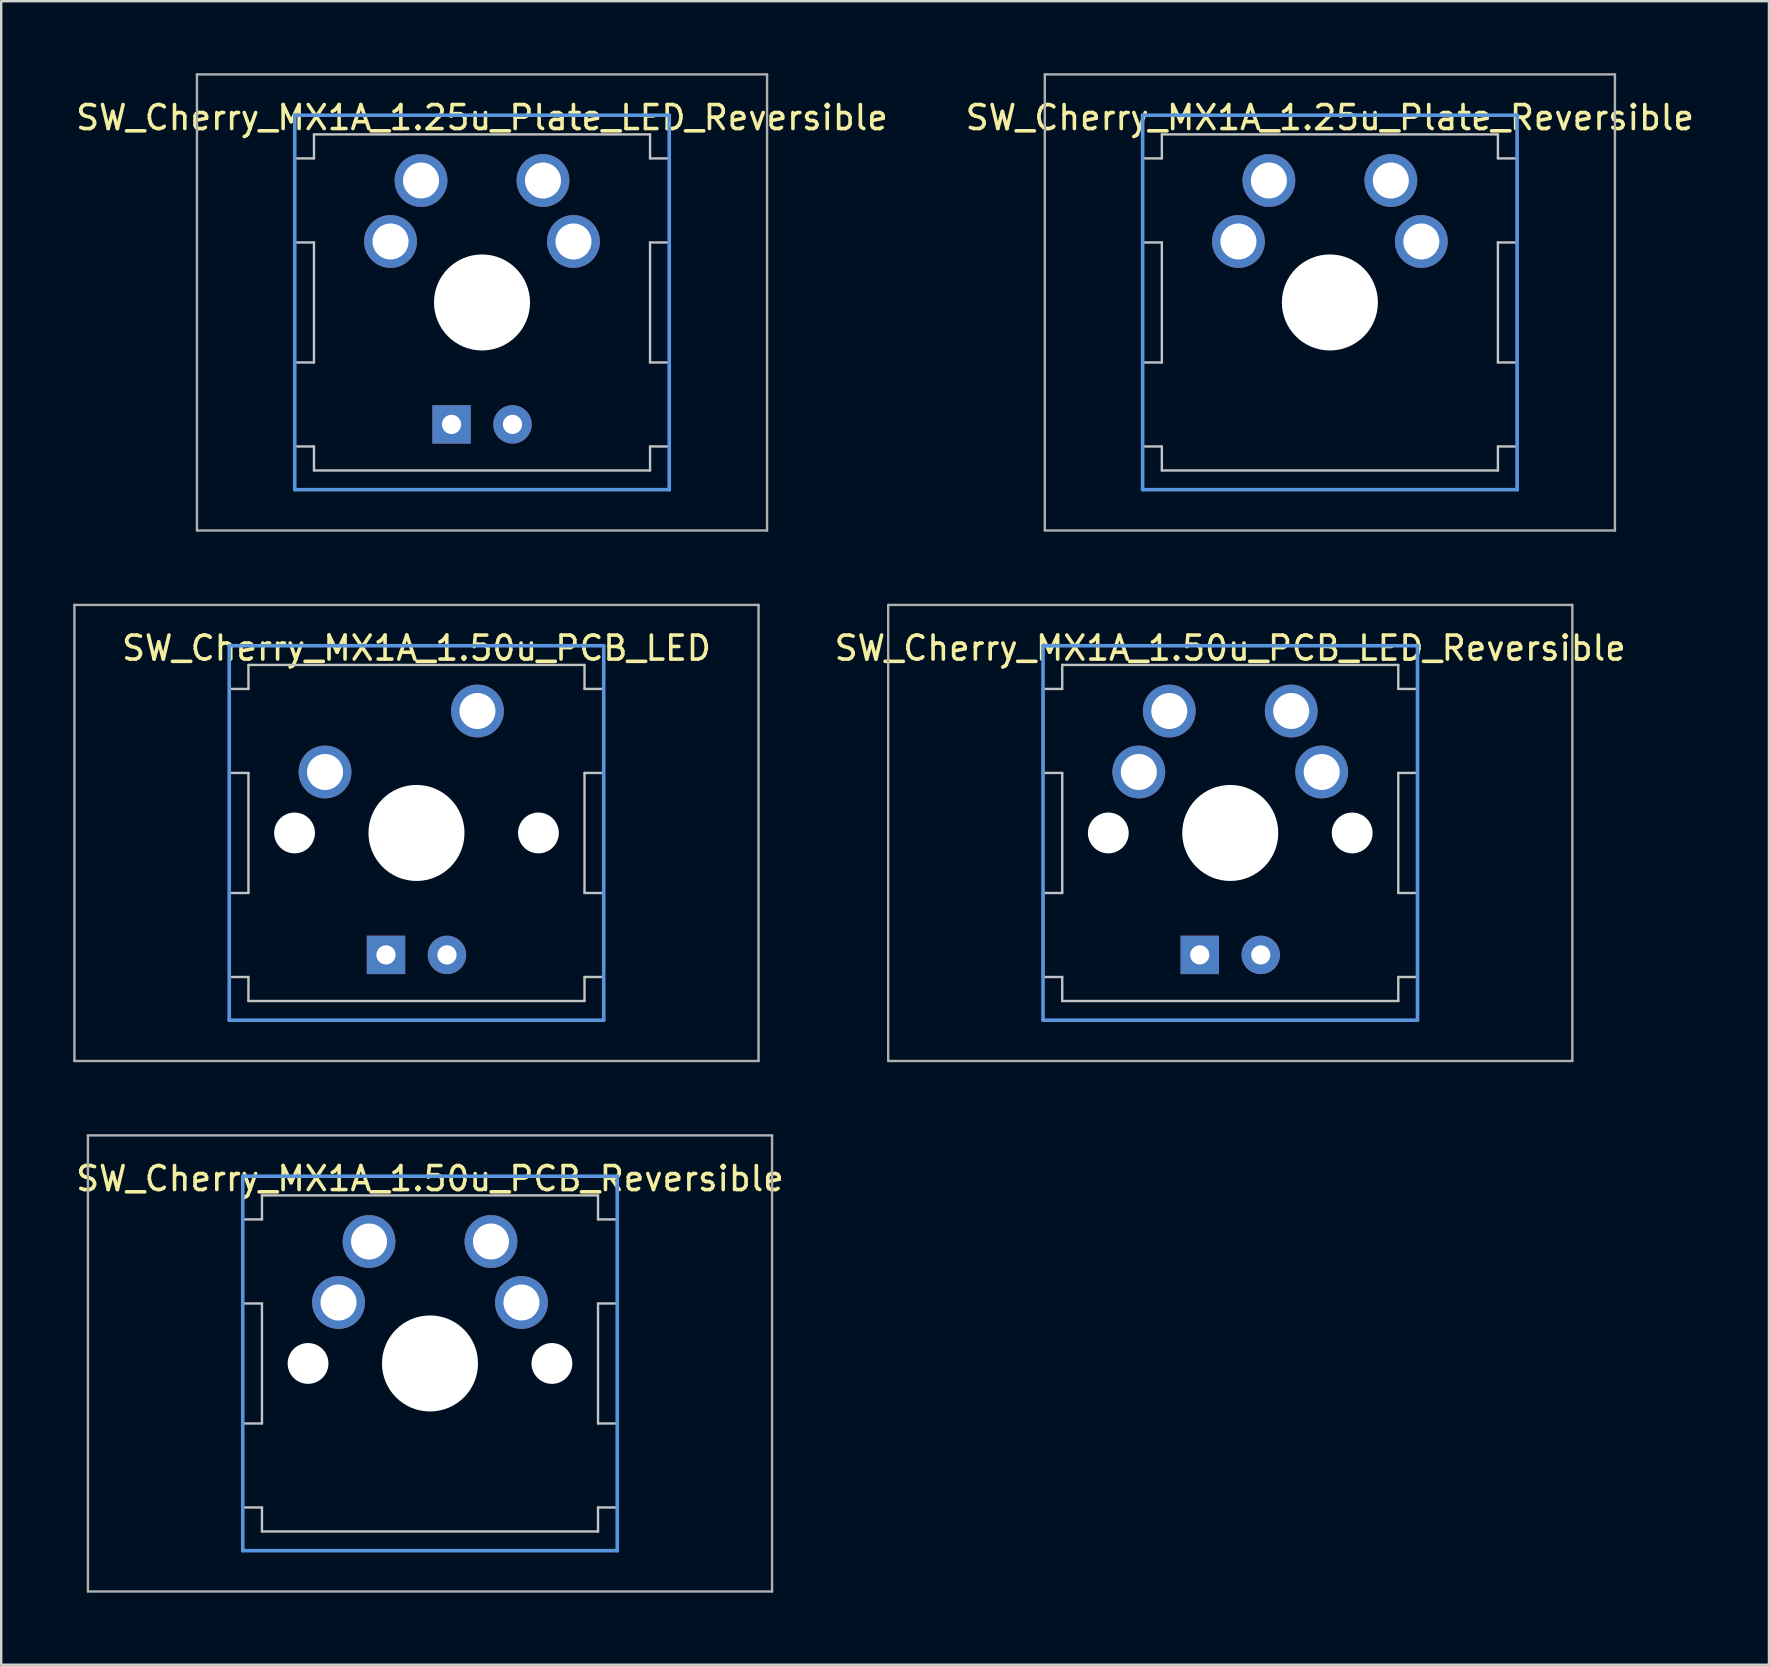
<source format=kicad_pcb>
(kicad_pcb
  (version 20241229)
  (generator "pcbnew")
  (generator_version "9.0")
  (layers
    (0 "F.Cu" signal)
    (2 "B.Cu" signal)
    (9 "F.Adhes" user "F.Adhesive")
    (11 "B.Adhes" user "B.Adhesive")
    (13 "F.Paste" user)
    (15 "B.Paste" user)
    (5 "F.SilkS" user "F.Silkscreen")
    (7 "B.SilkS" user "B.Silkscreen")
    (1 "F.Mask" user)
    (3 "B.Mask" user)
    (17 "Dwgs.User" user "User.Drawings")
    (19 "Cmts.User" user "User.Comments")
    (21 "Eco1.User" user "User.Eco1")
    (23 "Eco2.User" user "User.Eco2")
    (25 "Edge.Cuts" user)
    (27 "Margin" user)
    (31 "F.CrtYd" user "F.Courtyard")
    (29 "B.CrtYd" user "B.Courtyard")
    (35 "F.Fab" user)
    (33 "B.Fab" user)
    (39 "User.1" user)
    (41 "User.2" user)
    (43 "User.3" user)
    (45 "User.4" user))
  (footprint "SW_Cherry_MX1A_1.50u_PCB_LED"
    (layer "F.Cu")
    (at 14.3 31.65)
    (property "Reference" "SW_Cherry_MX1A_1.50u_PCB_LED" (at 0 -7.7 0) (layer "F.SilkS") (effects (font (size 1 1) (thickness 0.15))))
    (attr through_hole)
    (fp_line (start -7.8 -6) (end -7 -6) (stroke (width 0.1) (type solid)) (layer "Dwgs.User"))
    (fp_line (start -7.8 -2.5) (end -7.8 -6) (stroke (width 0.1) (type solid)) (layer "Dwgs.User"))
    (fp_line (start -7.8 -2.5) (end -7 -2.5) (stroke (width 0.1) (type solid)) (layer "Dwgs.User"))
    (fp_line (start -7.8 2.5) (end -7 2.5) (stroke (width 0.1) (type solid)) (layer "Dwgs.User"))
    (fp_line (start -7.8 6) (end -7.8 2.5) (stroke (width 0.1) (type solid)) (layer "Dwgs.User"))
    (fp_line (start -7.8 6) (end -7 6) (stroke (width 0.1) (type solid)) (layer "Dwgs.User"))
    (fp_line (start -7 -7) (end 7 -7) (stroke (width 0.1) (type solid)) (layer "Dwgs.User"))
    (fp_line (start -7 -6) (end -7 -7) (stroke (width 0.1) (type solid)) (layer "Dwgs.User"))
    (fp_line (start -7 -2.5) (end -7 2.5) (stroke (width 0.1) (type solid)) (layer "Dwgs.User"))
    (fp_line (start -7 7) (end -7 6) (stroke (width 0.1) (type solid)) (layer "Dwgs.User"))
    (fp_line (start -7 7) (end 7 7) (stroke (width 0.1) (type solid)) (layer "Dwgs.User"))
    (fp_line (start 7 -6) (end 7 -7) (stroke (width 0.1) (type solid)) (layer "Dwgs.User"))
    (fp_line (start 7 -6) (end 7.8 -6) (stroke (width 0.1) (type solid)) (layer "Dwgs.User"))
    (fp_line (start 7 -2.5) (end 7 2.5) (stroke (width 0.1) (type solid)) (layer "Dwgs.User"))
    (fp_line (start 7 -2.5) (end 7.8 -2.5) (stroke (width 0.1) (type solid)) (layer "Dwgs.User"))
    (fp_line (start 7 2.5) (end 7.8 2.5) (stroke (width 0.1) (type solid)) (layer "Dwgs.User"))
    (fp_line (start 7 6) (end 7.8 6) (stroke (width 0.1) (type solid)) (layer "Dwgs.User"))
    (fp_line (start 7 7) (end 7 6) (stroke (width 0.1) (type solid)) (layer "Dwgs.User"))
    (fp_line (start 7.8 -2.5) (end 7.8 -6) (stroke (width 0.1) (type solid)) (layer "Dwgs.User"))
    (fp_line (start 7.8 6) (end 7.8 2.5) (stroke (width 0.1) (type solid)) (layer "Dwgs.User"))
    (fp_line (start -7.8 -7.8) (end 7.8 -7.8) (stroke (width 0.15) (type solid)) (layer "Cmts.User"))
    (fp_line (start -7.8 7.8) (end -7.8 -7.8) (stroke (width 0.15) (type solid)) (layer "Cmts.User"))
    (fp_line (start 7.8 -7.8) (end 7.8 7.8) (stroke (width 0.15) (type solid)) (layer "Cmts.User"))
    (fp_line (start 7.8 7.8) (end -7.8 7.8) (stroke (width 0.15) (type solid)) (layer "Cmts.User"))
    (fp_line (start -14.25 -9.5) (end 14.25 -9.5) (stroke (width 0.1) (type solid)) (layer "F.Fab"))
    (fp_line (start -14.25 9.5) (end -14.25 -9.5) (stroke (width 0.1) (type solid)) (layer "F.Fab"))
    (fp_line (start 14.25 -9.5) (end 14.25 9.5) (stroke (width 0.1) (type solid)) (layer "F.Fab"))
    (fp_line (start 14.25 9.5) (end -14.25 9.5) (stroke (width 0.1) (type solid)) (layer "F.Fab"))
    (pad "" np_thru_hole circle (at -5.08 0) (size 1.7 1.7) (drill 1.7) (layers "*.Cu" "*.Mask"))
    (pad "" np_thru_hole circle (at 0 0) (size 4 4) (drill 4) (layers "*.Cu" "*.Mask"))
    (pad "" np_thru_hole circle (at 5.08 0) (size 1.7 1.7) (drill 1.7) (layers "*.Cu" "*.Mask"))
    (pad "1" thru_hole circle (at -3.81 -2.54) (size 2.2 2.2) (drill 1.5) (layers "*.Cu" "*.Mask"))
    (pad "2" thru_hole circle (at 2.54 -5.08) (size 2.2 2.2) (drill 1.5) (layers "*.Cu" "*.Mask"))
    (pad "3" thru_hole rect (at -1.27 5.08) (size 1.6 1.6) (drill 0.8) (layers "*.Cu" "*.Mask"))
    (pad "4" thru_hole circle (at 1.27 5.08) (size 1.6 1.6) (drill 0.8) (layers "*.Cu" "*.Mask")))
  (footprint "SW_Cherry_MX1A_1.25u_Plate_LED_Reversible"
    (layer "F.Cu")
    (at 17.03 9.55)
    (property "Reference" "SW_Cherry_MX1A_1.25u_Plate_LED_Reversible" (at 0 -7.7 0) (layer "F.SilkS") (effects (font (size 1 1) (thickness 0.15))))
    (attr through_hole)
    (fp_line (start -7.8 -6) (end -7 -6) (stroke (width 0.1) (type solid)) (layer "Dwgs.User"))
    (fp_line (start -7.8 -2.5) (end -7.8 -6) (stroke (width 0.1) (type solid)) (layer "Dwgs.User"))
    (fp_line (start -7.8 -2.5) (end -7 -2.5) (stroke (width 0.1) (type solid)) (layer "Dwgs.User"))
    (fp_line (start -7.8 2.5) (end -7 2.5) (stroke (width 0.1) (type solid)) (layer "Dwgs.User"))
    (fp_line (start -7.8 6) (end -7.8 2.5) (stroke (width 0.1) (type solid)) (layer "Dwgs.User"))
    (fp_line (start -7.8 6) (end -7 6) (stroke (width 0.1) (type solid)) (layer "Dwgs.User"))
    (fp_line (start -7 -7) (end 7 -7) (stroke (width 0.1) (type solid)) (layer "Dwgs.User"))
    (fp_line (start -7 -6) (end -7 -7) (stroke (width 0.1) (type solid)) (layer "Dwgs.User"))
    (fp_line (start -7 -2.5) (end -7 2.5) (stroke (width 0.1) (type solid)) (layer "Dwgs.User"))
    (fp_line (start -7 7) (end -7 6) (stroke (width 0.1) (type solid)) (layer "Dwgs.User"))
    (fp_line (start -7 7) (end 7 7) (stroke (width 0.1) (type solid)) (layer "Dwgs.User"))
    (fp_line (start 7 -6) (end 7 -7) (stroke (width 0.1) (type solid)) (layer "Dwgs.User"))
    (fp_line (start 7 -6) (end 7.8 -6) (stroke (width 0.1) (type solid)) (layer "Dwgs.User"))
    (fp_line (start 7 -2.5) (end 7 2.5) (stroke (width 0.1) (type solid)) (layer "Dwgs.User"))
    (fp_line (start 7 -2.5) (end 7.8 -2.5) (stroke (width 0.1) (type solid)) (layer "Dwgs.User"))
    (fp_line (start 7 2.5) (end 7.8 2.5) (stroke (width 0.1) (type solid)) (layer "Dwgs.User"))
    (fp_line (start 7 6) (end 7.8 6) (stroke (width 0.1) (type solid)) (layer "Dwgs.User"))
    (fp_line (start 7 7) (end 7 6) (stroke (width 0.1) (type solid)) (layer "Dwgs.User"))
    (fp_line (start 7.8 -2.5) (end 7.8 -6) (stroke (width 0.1) (type solid)) (layer "Dwgs.User"))
    (fp_line (start 7.8 6) (end 7.8 2.5) (stroke (width 0.1) (type solid)) (layer "Dwgs.User"))
    (fp_line (start -7.8 -7.8) (end 7.8 -7.8) (stroke (width 0.15) (type solid)) (layer "Cmts.User"))
    (fp_line (start -7.8 7.8) (end -7.8 -7.8) (stroke (width 0.15) (type solid)) (layer "Cmts.User"))
    (fp_line (start 7.8 -7.8) (end 7.8 7.8) (stroke (width 0.15) (type solid)) (layer "Cmts.User"))
    (fp_line (start 7.8 7.8) (end -7.8 7.8) (stroke (width 0.15) (type solid)) (layer "Cmts.User"))
    (fp_line (start -11.875 -9.5) (end 11.875 -9.5) (stroke (width 0.1) (type solid)) (layer "F.Fab"))
    (fp_line (start -11.875 9.5) (end -11.875 -9.5) (stroke (width 0.1) (type solid)) (layer "F.Fab"))
    (fp_line (start 11.875 -9.5) (end 11.875 9.5) (stroke (width 0.1) (type solid)) (layer "F.Fab"))
    (fp_line (start 11.875 9.5) (end -11.875 9.5) (stroke (width 0.1) (type solid)) (layer "F.Fab"))
    (pad "" np_thru_hole circle (at 0 0) (size 4 4) (drill 4) (layers "*.Cu" "*.Mask"))
    (pad "1" thru_hole circle (at -3.81 -2.54) (size 2.2 2.2) (drill 1.5) (layers "*.Cu" "*.Mask"))
    (pad "1" thru_hole circle (at -2.54 -5.08) (size 2.2 2.2) (drill 1.5) (layers "*.Cu" "*.Mask"))
    (pad "2" thru_hole circle (at 2.54 -5.08) (size 2.2 2.2) (drill 1.5) (layers "*.Cu" "*.Mask"))
    (pad "2" thru_hole circle (at 3.81 -2.54) (size 2.2 2.2) (drill 1.5) (layers "*.Cu" "*.Mask"))
    (pad "3" thru_hole rect (at -1.27 5.08) (size 1.6 1.6) (drill 0.8) (layers "*.Cu" "*.Mask"))
    (pad "4" thru_hole circle (at 1.27 5.08) (size 1.6 1.6) (drill 0.8) (layers "*.Cu" "*.Mask")))
  (footprint "SW_Cherry_MX1A_1.50u_PCB_LED_Reversible"
    (layer "F.Cu")
    (at 48.201 31.65)
    (property "Reference" "SW_Cherry_MX1A_1.50u_PCB_LED_Reversible" (at 0 -7.7 0) (layer "F.SilkS") (effects (font (size 1 1) (thickness 0.15))))
    (attr through_hole)
    (fp_line (start -7.8 -6) (end -7 -6) (stroke (width 0.1) (type solid)) (layer "Dwgs.User"))
    (fp_line (start -7.8 -2.5) (end -7.8 -6) (stroke (width 0.1) (type solid)) (layer "Dwgs.User"))
    (fp_line (start -7.8 -2.5) (end -7 -2.5) (stroke (width 0.1) (type solid)) (layer "Dwgs.User"))
    (fp_line (start -7.8 2.5) (end -7 2.5) (stroke (width 0.1) (type solid)) (layer "Dwgs.User"))
    (fp_line (start -7.8 6) (end -7.8 2.5) (stroke (width 0.1) (type solid)) (layer "Dwgs.User"))
    (fp_line (start -7.8 6) (end -7 6) (stroke (width 0.1) (type solid)) (layer "Dwgs.User"))
    (fp_line (start -7 -7) (end 7 -7) (stroke (width 0.1) (type solid)) (layer "Dwgs.User"))
    (fp_line (start -7 -6) (end -7 -7) (stroke (width 0.1) (type solid)) (layer "Dwgs.User"))
    (fp_line (start -7 -2.5) (end -7 2.5) (stroke (width 0.1) (type solid)) (layer "Dwgs.User"))
    (fp_line (start -7 7) (end -7 6) (stroke (width 0.1) (type solid)) (layer "Dwgs.User"))
    (fp_line (start -7 7) (end 7 7) (stroke (width 0.1) (type solid)) (layer "Dwgs.User"))
    (fp_line (start 7 -6) (end 7 -7) (stroke (width 0.1) (type solid)) (layer "Dwgs.User"))
    (fp_line (start 7 -6) (end 7.8 -6) (stroke (width 0.1) (type solid)) (layer "Dwgs.User"))
    (fp_line (start 7 -2.5) (end 7 2.5) (stroke (width 0.1) (type solid)) (layer "Dwgs.User"))
    (fp_line (start 7 -2.5) (end 7.8 -2.5) (stroke (width 0.1) (type solid)) (layer "Dwgs.User"))
    (fp_line (start 7 2.5) (end 7.8 2.5) (stroke (width 0.1) (type solid)) (layer "Dwgs.User"))
    (fp_line (start 7 6) (end 7.8 6) (stroke (width 0.1) (type solid)) (layer "Dwgs.User"))
    (fp_line (start 7 7) (end 7 6) (stroke (width 0.1) (type solid)) (layer "Dwgs.User"))
    (fp_line (start 7.8 -2.5) (end 7.8 -6) (stroke (width 0.1) (type solid)) (layer "Dwgs.User"))
    (fp_line (start 7.8 6) (end 7.8 2.5) (stroke (width 0.1) (type solid)) (layer "Dwgs.User"))
    (fp_line (start -7.8 -7.8) (end 7.8 -7.8) (stroke (width 0.15) (type solid)) (layer "Cmts.User"))
    (fp_line (start -7.8 7.8) (end -7.8 -7.8) (stroke (width 0.15) (type solid)) (layer "Cmts.User"))
    (fp_line (start 7.8 -7.8) (end 7.8 7.8) (stroke (width 0.15) (type solid)) (layer "Cmts.User"))
    (fp_line (start 7.8 7.8) (end -7.8 7.8) (stroke (width 0.15) (type solid)) (layer "Cmts.User"))
    (fp_line (start -14.25 -9.5) (end 14.25 -9.5) (stroke (width 0.1) (type solid)) (layer "F.Fab"))
    (fp_line (start -14.25 9.5) (end -14.25 -9.5) (stroke (width 0.1) (type solid)) (layer "F.Fab"))
    (fp_line (start 14.25 -9.5) (end 14.25 9.5) (stroke (width 0.1) (type solid)) (layer "F.Fab"))
    (fp_line (start 14.25 9.5) (end -14.25 9.5) (stroke (width 0.1) (type solid)) (layer "F.Fab"))
    (pad "" np_thru_hole circle (at -5.08 0) (size 1.7 1.7) (drill 1.7) (layers "*.Cu" "*.Mask"))
    (pad "" np_thru_hole circle (at 0 0) (size 4 4) (drill 4) (layers "*.Cu" "*.Mask"))
    (pad "" np_thru_hole circle (at 5.08 0) (size 1.7 1.7) (drill 1.7) (layers "*.Cu" "*.Mask"))
    (pad "1" thru_hole circle (at -3.81 -2.54) (size 2.2 2.2) (drill 1.5) (layers "*.Cu" "*.Mask"))
    (pad "1" thru_hole circle (at -2.54 -5.08) (size 2.2 2.2) (drill 1.5) (layers "*.Cu" "*.Mask"))
    (pad "2" thru_hole circle (at 2.54 -5.08) (size 2.2 2.2) (drill 1.5) (layers "*.Cu" "*.Mask"))
    (pad "2" thru_hole circle (at 3.81 -2.54) (size 2.2 2.2) (drill 1.5) (layers "*.Cu" "*.Mask"))
    (pad "3" thru_hole rect (at -1.27 5.08) (size 1.6 1.6) (drill 0.8) (layers "*.Cu" "*.Mask"))
    (pad "4" thru_hole circle (at 1.27 5.08) (size 1.6 1.6) (drill 0.8) (layers "*.Cu" "*.Mask")))
  (footprint "SW_Cherry_MX1A_1.50u_PCB_Reversible"
    (layer "F.Cu")
    (at 14.863 53.75)
    (property "Reference" "SW_Cherry_MX1A_1.50u_PCB_Reversible" (at 0 -7.7 0) (layer "F.SilkS") (effects (font (size 1 1) (thickness 0.15))))
    (attr through_hole)
    (fp_line (start -7.8 -6) (end -7 -6) (stroke (width 0.1) (type solid)) (layer "Dwgs.User"))
    (fp_line (start -7.8 -2.5) (end -7.8 -6) (stroke (width 0.1) (type solid)) (layer "Dwgs.User"))
    (fp_line (start -7.8 -2.5) (end -7 -2.5) (stroke (width 0.1) (type solid)) (layer "Dwgs.User"))
    (fp_line (start -7.8 2.5) (end -7 2.5) (stroke (width 0.1) (type solid)) (layer "Dwgs.User"))
    (fp_line (start -7.8 6) (end -7.8 2.5) (stroke (width 0.1) (type solid)) (layer "Dwgs.User"))
    (fp_line (start -7.8 6) (end -7 6) (stroke (width 0.1) (type solid)) (layer "Dwgs.User"))
    (fp_line (start -7 -7) (end 7 -7) (stroke (width 0.1) (type solid)) (layer "Dwgs.User"))
    (fp_line (start -7 -6) (end -7 -7) (stroke (width 0.1) (type solid)) (layer "Dwgs.User"))
    (fp_line (start -7 -2.5) (end -7 2.5) (stroke (width 0.1) (type solid)) (layer "Dwgs.User"))
    (fp_line (start -7 7) (end -7 6) (stroke (width 0.1) (type solid)) (layer "Dwgs.User"))
    (fp_line (start -7 7) (end 7 7) (stroke (width 0.1) (type solid)) (layer "Dwgs.User"))
    (fp_line (start 7 -6) (end 7 -7) (stroke (width 0.1) (type solid)) (layer "Dwgs.User"))
    (fp_line (start 7 -6) (end 7.8 -6) (stroke (width 0.1) (type solid)) (layer "Dwgs.User"))
    (fp_line (start 7 -2.5) (end 7 2.5) (stroke (width 0.1) (type solid)) (layer "Dwgs.User"))
    (fp_line (start 7 -2.5) (end 7.8 -2.5) (stroke (width 0.1) (type solid)) (layer "Dwgs.User"))
    (fp_line (start 7 2.5) (end 7.8 2.5) (stroke (width 0.1) (type solid)) (layer "Dwgs.User"))
    (fp_line (start 7 6) (end 7.8 6) (stroke (width 0.1) (type solid)) (layer "Dwgs.User"))
    (fp_line (start 7 7) (end 7 6) (stroke (width 0.1) (type solid)) (layer "Dwgs.User"))
    (fp_line (start 7.8 -2.5) (end 7.8 -6) (stroke (width 0.1) (type solid)) (layer "Dwgs.User"))
    (fp_line (start 7.8 6) (end 7.8 2.5) (stroke (width 0.1) (type solid)) (layer "Dwgs.User"))
    (fp_line (start -7.8 -7.8) (end 7.8 -7.8) (stroke (width 0.15) (type solid)) (layer "Cmts.User"))
    (fp_line (start -7.8 7.8) (end -7.8 -7.8) (stroke (width 0.15) (type solid)) (layer "Cmts.User"))
    (fp_line (start 7.8 -7.8) (end 7.8 7.8) (stroke (width 0.15) (type solid)) (layer "Cmts.User"))
    (fp_line (start 7.8 7.8) (end -7.8 7.8) (stroke (width 0.15) (type solid)) (layer "Cmts.User"))
    (fp_line (start -14.25 -9.5) (end 14.25 -9.5) (stroke (width 0.1) (type solid)) (layer "F.Fab"))
    (fp_line (start -14.25 9.5) (end -14.25 -9.5) (stroke (width 0.1) (type solid)) (layer "F.Fab"))
    (fp_line (start 14.25 -9.5) (end 14.25 9.5) (stroke (width 0.1) (type solid)) (layer "F.Fab"))
    (fp_line (start 14.25 9.5) (end -14.25 9.5) (stroke (width 0.1) (type solid)) (layer "F.Fab"))
    (pad "" np_thru_hole circle (at -5.08 0) (size 1.7 1.7) (drill 1.7) (layers "*.Cu" "*.Mask"))
    (pad "" np_thru_hole circle (at 0 0) (size 4 4) (drill 4) (layers "*.Cu" "*.Mask"))
    (pad "" np_thru_hole circle (at 5.08 0) (size 1.7 1.7) (drill 1.7) (layers "*.Cu" "*.Mask"))
    (pad "1" thru_hole circle (at -3.81 -2.54) (size 2.2 2.2) (drill 1.5) (layers "*.Cu" "*.Mask"))
    (pad "1" thru_hole circle (at -2.54 -5.08) (size 2.2 2.2) (drill 1.5) (layers "*.Cu" "*.Mask"))
    (pad "2" thru_hole circle (at 2.54 -5.08) (size 2.2 2.2) (drill 1.5) (layers "*.Cu" "*.Mask"))
    (pad "2" thru_hole circle (at 3.81 -2.54) (size 2.2 2.2) (drill 1.5) (layers "*.Cu" "*.Mask")))
  (footprint "SW_Cherry_MX1A_1.25u_Plate_Reversible"
    (layer "F.Cu")
    (at 52.351 9.55)
    (property "Reference" "SW_Cherry_MX1A_1.25u_Plate_Reversible" (at 0 -7.7 0) (layer "F.SilkS") (effects (font (size 1 1) (thickness 0.15))))
    (attr through_hole)
    (fp_line (start -7.8 -6) (end -7 -6) (stroke (width 0.1) (type solid)) (layer "Dwgs.User"))
    (fp_line (start -7.8 -2.5) (end -7.8 -6) (stroke (width 0.1) (type solid)) (layer "Dwgs.User"))
    (fp_line (start -7.8 -2.5) (end -7 -2.5) (stroke (width 0.1) (type solid)) (layer "Dwgs.User"))
    (fp_line (start -7.8 2.5) (end -7 2.5) (stroke (width 0.1) (type solid)) (layer "Dwgs.User"))
    (fp_line (start -7.8 6) (end -7.8 2.5) (stroke (width 0.1) (type solid)) (layer "Dwgs.User"))
    (fp_line (start -7.8 6) (end -7 6) (stroke (width 0.1) (type solid)) (layer "Dwgs.User"))
    (fp_line (start -7 -7) (end 7 -7) (stroke (width 0.1) (type solid)) (layer "Dwgs.User"))
    (fp_line (start -7 -6) (end -7 -7) (stroke (width 0.1) (type solid)) (layer "Dwgs.User"))
    (fp_line (start -7 -2.5) (end -7 2.5) (stroke (width 0.1) (type solid)) (layer "Dwgs.User"))
    (fp_line (start -7 7) (end -7 6) (stroke (width 0.1) (type solid)) (layer "Dwgs.User"))
    (fp_line (start -7 7) (end 7 7) (stroke (width 0.1) (type solid)) (layer "Dwgs.User"))
    (fp_line (start 7 -6) (end 7 -7) (stroke (width 0.1) (type solid)) (layer "Dwgs.User"))
    (fp_line (start 7 -6) (end 7.8 -6) (stroke (width 0.1) (type solid)) (layer "Dwgs.User"))
    (fp_line (start 7 -2.5) (end 7 2.5) (stroke (width 0.1) (type solid)) (layer "Dwgs.User"))
    (fp_line (start 7 -2.5) (end 7.8 -2.5) (stroke (width 0.1) (type solid)) (layer "Dwgs.User"))
    (fp_line (start 7 2.5) (end 7.8 2.5) (stroke (width 0.1) (type solid)) (layer "Dwgs.User"))
    (fp_line (start 7 6) (end 7.8 6) (stroke (width 0.1) (type solid)) (layer "Dwgs.User"))
    (fp_line (start 7 7) (end 7 6) (stroke (width 0.1) (type solid)) (layer "Dwgs.User"))
    (fp_line (start 7.8 -2.5) (end 7.8 -6) (stroke (width 0.1) (type solid)) (layer "Dwgs.User"))
    (fp_line (start 7.8 6) (end 7.8 2.5) (stroke (width 0.1) (type solid)) (layer "Dwgs.User"))
    (fp_line (start -7.8 -7.8) (end 7.8 -7.8) (stroke (width 0.15) (type solid)) (layer "Cmts.User"))
    (fp_line (start -7.8 7.8) (end -7.8 -7.8) (stroke (width 0.15) (type solid)) (layer "Cmts.User"))
    (fp_line (start 7.8 -7.8) (end 7.8 7.8) (stroke (width 0.15) (type solid)) (layer "Cmts.User"))
    (fp_line (start 7.8 7.8) (end -7.8 7.8) (stroke (width 0.15) (type solid)) (layer "Cmts.User"))
    (fp_line (start -11.875 -9.5) (end 11.875 -9.5) (stroke (width 0.1) (type solid)) (layer "F.Fab"))
    (fp_line (start -11.875 9.5) (end -11.875 -9.5) (stroke (width 0.1) (type solid)) (layer "F.Fab"))
    (fp_line (start 11.875 -9.5) (end 11.875 9.5) (stroke (width 0.1) (type solid)) (layer "F.Fab"))
    (fp_line (start 11.875 9.5) (end -11.875 9.5) (stroke (width 0.1) (type solid)) (layer "F.Fab"))
    (pad "" np_thru_hole circle (at 0 0) (size 4 4) (drill 4) (layers "*.Cu" "*.Mask"))
    (pad "1" thru_hole circle (at -3.81 -2.54) (size 2.2 2.2) (drill 1.5) (layers "*.Cu" "*.Mask"))
    (pad "1" thru_hole circle (at -2.54 -5.08) (size 2.2 2.2) (drill 1.5) (layers "*.Cu" "*.Mask"))
    (pad "2" thru_hole circle (at 2.54 -5.08) (size 2.2 2.2) (drill 1.5) (layers "*.Cu" "*.Mask"))
    (pad "2" thru_hole circle (at 3.81 -2.54) (size 2.2 2.2) (drill 1.5) (layers "*.Cu" "*.Mask")))
  (gr_rect
    (start -3 -3)
    (end 70.643 66.3)
    (stroke (width 0.1) (type default))
    (fill no)
    (layer "Edge.Cuts")))
</source>
